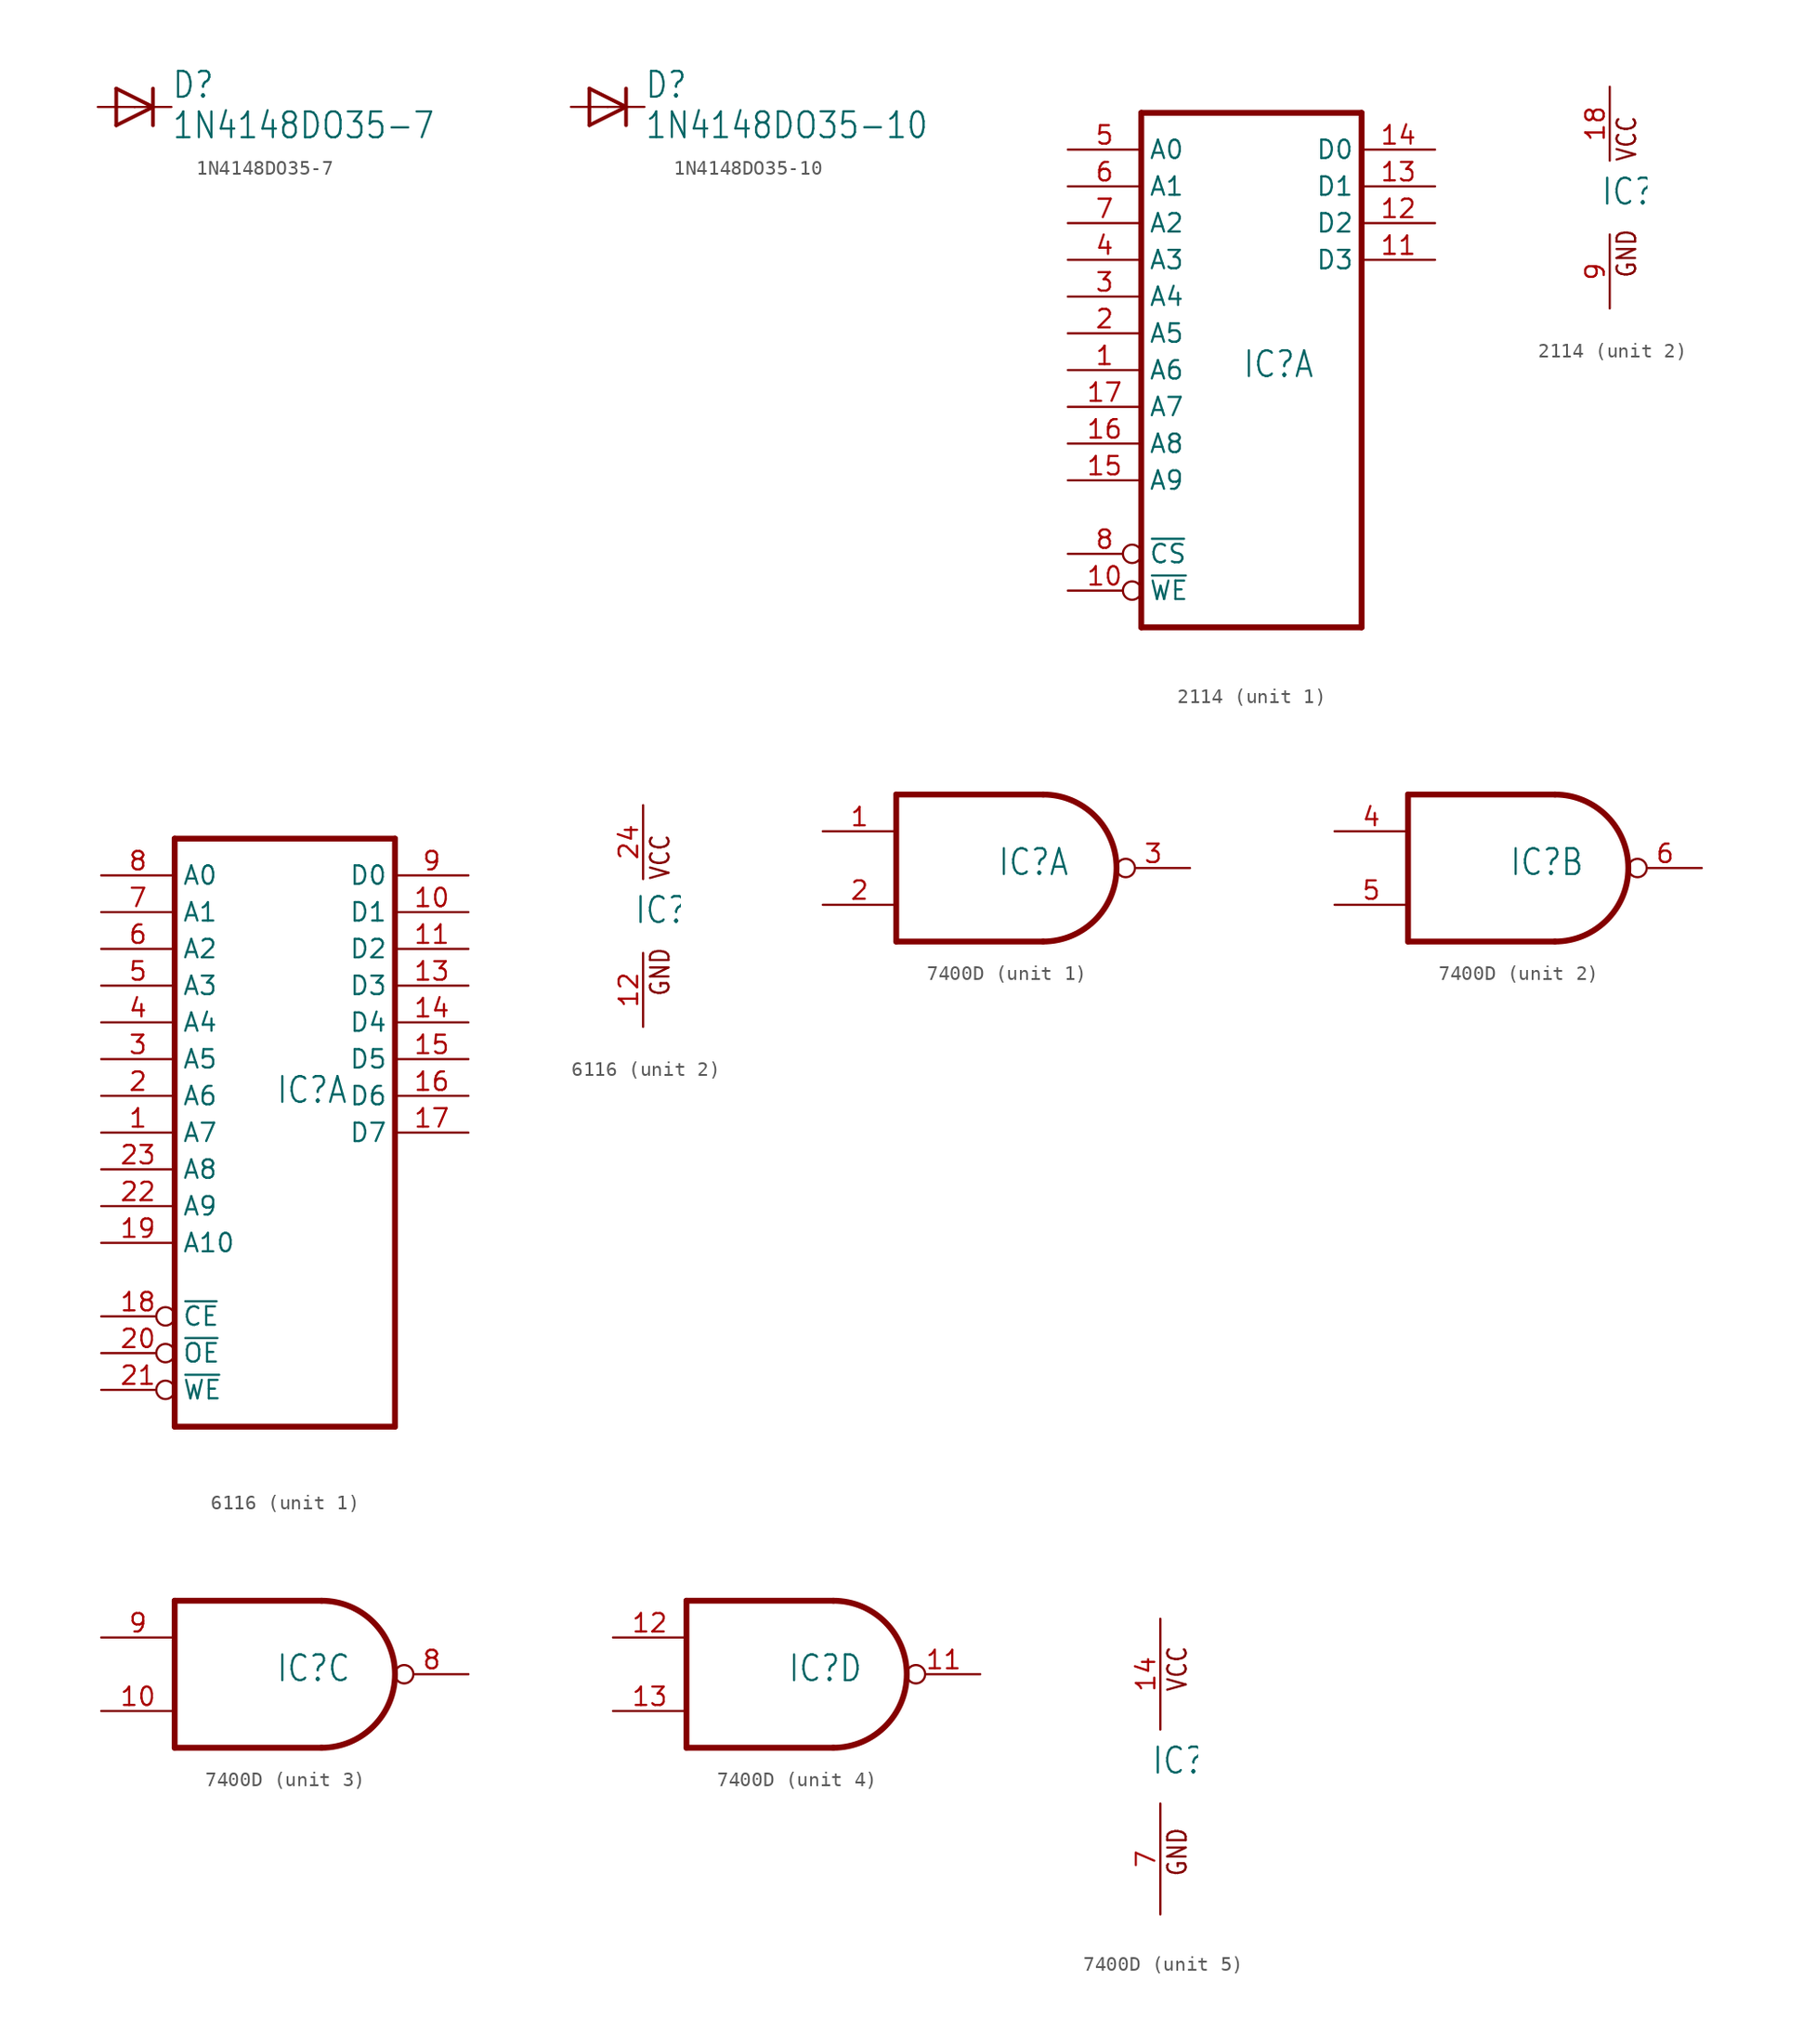
<source format=kicad_sym>
(kicad_symbol_lib
  (version 20220914)
  (generator kicad_symbol_editor)
  (symbol "1N4148DO35-7"
    (property "Reference" "D"
      (at 2.54 0.483 0)
      (effects (font (size 1.778 1.511)) (justify left bottom)))
    (property "Value" "1N4148DO35-7"
      (at 2.54 -2.311 0)
      (effects (font (size 1.778 1.511)) (justify left bottom)))
    (symbol "1N4148DO35-7_1_0"
      (polyline (pts (xy -1.27 -1.27) (xy 1.27 0)) (stroke (width 0.254) (type default)) (fill (type none)))
      (polyline (pts (xy -1.27 1.27) (xy -1.27 -1.27)) (stroke (width 0.254) (type default)) (fill (type none)))
      (polyline (pts (xy 1.27 0) (xy -1.27 1.27)) (stroke (width 0.254) (type default)) (fill (type none)))
      (polyline (pts (xy 1.27 0) (xy 1.27 -1.27)) (stroke (width 0.254) (type default)) (fill (type none)))
      (polyline (pts (xy 1.27 1.27) (xy 1.27 0)) (stroke (width 0.254) (type default)) (fill (type none)))
      (pin passive line (at -2.54 0 0) (length 2.54) (name "A" (effects (font (size 0 0)))) (number "A" (effects (font (size 0 0)))))
      (pin passive line (at 2.54 0 180) (length 2.54) (name "C" (effects (font (size 0 0)))) (number "C" (effects (font (size 0 0)))))))
  (symbol "1N4148DO35-10"
    (property "Reference" "D"
      (at 2.54 0.483 0)
      (effects (font (size 1.778 1.511)) (justify left bottom)))
    (property "Value" "1N4148DO35-10"
      (at 2.54 -2.311 0)
      (effects (font (size 1.778 1.511)) (justify left bottom)))
    (property "ki_locked" ""
      (at 0 0 0)
      (effects (font (size 1.27 1.27))))
    (symbol "1N4148DO35-10_1_0"
      (polyline (pts (xy -1.27 -1.27) (xy 1.27 0)) (stroke (width 0.254) (type default)) (fill (type none)))
      (polyline (pts (xy -1.27 1.27) (xy -1.27 -1.27)) (stroke (width 0.254) (type default)) (fill (type none)))
      (polyline (pts (xy 1.27 0) (xy -1.27 1.27)) (stroke (width 0.254) (type default)) (fill (type none)))
      (polyline (pts (xy 1.27 0) (xy 1.27 -1.27)) (stroke (width 0.254) (type default)) (fill (type none)))
      (polyline (pts (xy 1.27 1.27) (xy 1.27 0)) (stroke (width 0.254) (type default)) (fill (type none)))
      (pin passive line (at -2.54 0 0) (length 2.54) (name "A" (effects (font (size 0 0)))) (number "A" (effects (font (size 0 0)))))
      (pin passive line (at 2.54 0 180) (length 2.54) (name "C" (effects (font (size 0 0)))) (number "C" (effects (font (size 0 0)))))))
  (symbol "2114"
    (property "Reference" "IC"
      (at -0.635 -0.635 0)
      (effects (font (size 1.778 1.511)) (justify left bottom)))
    (property "ki_locked" ""
      (at 0 0 0)
      (effects (font (size 1.27 1.27))))
    (symbol "2114_1_0"
      (polyline (pts (xy -7.62 -17.78) (xy 7.62 -17.78)) (stroke (width 0.406) (type default)) (fill (type none)))
      (polyline (pts (xy -7.62 17.78) (xy -7.62 -17.78)) (stroke (width 0.406) (type default)) (fill (type none)))
      (polyline (pts (xy 7.62 -17.78) (xy 7.62 17.78)) (stroke (width 0.406) (type default)) (fill (type none)))
      (polyline (pts (xy 7.62 17.78) (xy -7.62 17.78)) (stroke (width 0.406) (type default)) (fill (type none)))
      (pin input line (at -12.7 0 0) (length 5.08) (name "A6" (effects (font (size 1.27 1.27)))) (number "1" (effects (font (size 1.27 1.27)))))
      (pin input inverted (at -12.7 -15.24 0) (length 5.08) (name "~{WE}" (effects (font (size 1.27 1.27)))) (number "10" (effects (font (size 1.27 1.27)))))
      (pin bidirectional line (at 12.7 7.62 180) (length 5.08) (name "D3" (effects (font (size 1.27 1.27)))) (number "11" (effects (font (size 1.27 1.27)))))
      (pin bidirectional line (at 12.7 10.16 180) (length 5.08) (name "D2" (effects (font (size 1.27 1.27)))) (number "12" (effects (font (size 1.27 1.27)))))
      (pin bidirectional line (at 12.7 12.7 180) (length 5.08) (name "D1" (effects (font (size 1.27 1.27)))) (number "13" (effects (font (size 1.27 1.27)))))
      (pin bidirectional line (at 12.7 15.24 180) (length 5.08) (name "D0" (effects (font (size 1.27 1.27)))) (number "14" (effects (font (size 1.27 1.27)))))
      (pin input line (at -12.7 -7.62 0) (length 5.08) (name "A9" (effects (font (size 1.27 1.27)))) (number "15" (effects (font (size 1.27 1.27)))))
      (pin input line (at -12.7 -5.08 0) (length 5.08) (name "A8" (effects (font (size 1.27 1.27)))) (number "16" (effects (font (size 1.27 1.27)))))
      (pin input line (at -12.7 -2.54 0) (length 5.08) (name "A7" (effects (font (size 1.27 1.27)))) (number "17" (effects (font (size 1.27 1.27)))))
      (pin input line (at -12.7 2.54 0) (length 5.08) (name "A5" (effects (font (size 1.27 1.27)))) (number "2" (effects (font (size 1.27 1.27)))))
      (pin input line (at -12.7 5.08 0) (length 5.08) (name "A4" (effects (font (size 1.27 1.27)))) (number "3" (effects (font (size 1.27 1.27)))))
      (pin input line (at -12.7 7.62 0) (length 5.08) (name "A3" (effects (font (size 1.27 1.27)))) (number "4" (effects (font (size 1.27 1.27)))))
      (pin input line (at -12.7 15.24 0) (length 5.08) (name "A0" (effects (font (size 1.27 1.27)))) (number "5" (effects (font (size 1.27 1.27)))))
      (pin input line (at -12.7 12.7 0) (length 5.08) (name "A1" (effects (font (size 1.27 1.27)))) (number "6" (effects (font (size 1.27 1.27)))))
      (pin input line (at -12.7 10.16 0) (length 5.08) (name "A2" (effects (font (size 1.27 1.27)))) (number "7" (effects (font (size 1.27 1.27)))))
      (pin input inverted (at -12.7 -12.7 0) (length 5.08) (name "~{CS}" (effects (font (size 1.27 1.27)))) (number "8" (effects (font (size 1.27 1.27))))))
    (symbol "2114_2_0"
      (text "GND" (at 1.905 -5.588 900) (effects (font (size 1.27 1.079)) (justify left bottom)))
      (text "VCC" (at 1.905 2.413 900) (effects (font (size 1.27 1.079)) (justify left bottom)))
      (pin power_in line (at 0 7.62 270) (length 5.08) (name "VCC" (effects (font (size 0 0)))) (number "18" (effects (font (size 1.27 1.27)))))
      (pin power_in line (at 0 -7.62 90) (length 5.08) (name "GND" (effects (font (size 0 0)))) (number "9" (effects (font (size 1.27 1.27)))))))
  (symbol "6116"
    (property "Reference" "IC"
      (at -0.635 -0.635 0)
      (effects (font (size 1.778 1.511)) (justify left bottom)))
    (property "ki_locked" ""
      (at 0 0 0)
      (effects (font (size 1.27 1.27))))
    (symbol "6116_1_0"
      (polyline (pts (xy -7.62 -22.86) (xy 7.62 -22.86)) (stroke (width 0.406) (type default)) (fill (type none)))
      (polyline (pts (xy -7.62 17.78) (xy -7.62 -22.86)) (stroke (width 0.406) (type default)) (fill (type none)))
      (polyline (pts (xy 7.62 -22.86) (xy 7.62 17.78)) (stroke (width 0.406) (type default)) (fill (type none)))
      (polyline (pts (xy 7.62 17.78) (xy -7.62 17.78)) (stroke (width 0.406) (type default)) (fill (type none)))
      (pin input line (at -12.7 -2.54 0) (length 5.08) (name "A7" (effects (font (size 1.27 1.27)))) (number "1" (effects (font (size 1.27 1.27)))))
      (pin bidirectional line (at 12.7 12.7 180) (length 5.08) (name "D1" (effects (font (size 1.27 1.27)))) (number "10" (effects (font (size 1.27 1.27)))))
      (pin bidirectional line (at 12.7 10.16 180) (length 5.08) (name "D2" (effects (font (size 1.27 1.27)))) (number "11" (effects (font (size 1.27 1.27)))))
      (pin bidirectional line (at 12.7 7.62 180) (length 5.08) (name "D3" (effects (font (size 1.27 1.27)))) (number "13" (effects (font (size 1.27 1.27)))))
      (pin bidirectional line (at 12.7 5.08 180) (length 5.08) (name "D4" (effects (font (size 1.27 1.27)))) (number "14" (effects (font (size 1.27 1.27)))))
      (pin bidirectional line (at 12.7 2.54 180) (length 5.08) (name "D5" (effects (font (size 1.27 1.27)))) (number "15" (effects (font (size 1.27 1.27)))))
      (pin bidirectional line (at 12.7 0 180) (length 5.08) (name "D6" (effects (font (size 1.27 1.27)))) (number "16" (effects (font (size 1.27 1.27)))))
      (pin bidirectional line (at 12.7 -2.54 180) (length 5.08) (name "D7" (effects (font (size 1.27 1.27)))) (number "17" (effects (font (size 1.27 1.27)))))
      (pin input inverted (at -12.7 -15.24 0) (length 5.08) (name "~{CE}" (effects (font (size 1.27 1.27)))) (number "18" (effects (font (size 1.27 1.27)))))
      (pin input line (at -12.7 -10.16 0) (length 5.08) (name "A10" (effects (font (size 1.27 1.27)))) (number "19" (effects (font (size 1.27 1.27)))))
      (pin input line (at -12.7 0 0) (length 5.08) (name "A6" (effects (font (size 1.27 1.27)))) (number "2" (effects (font (size 1.27 1.27)))))
      (pin input inverted (at -12.7 -17.78 0) (length 5.08) (name "~{OE}" (effects (font (size 1.27 1.27)))) (number "20" (effects (font (size 1.27 1.27)))))
      (pin input inverted (at -12.7 -20.32 0) (length 5.08) (name "~{WE}" (effects (font (size 1.27 1.27)))) (number "21" (effects (font (size 1.27 1.27)))))
      (pin input line (at -12.7 -7.62 0) (length 5.08) (name "A9" (effects (font (size 1.27 1.27)))) (number "22" (effects (font (size 1.27 1.27)))))
      (pin input line (at -12.7 -5.08 0) (length 5.08) (name "A8" (effects (font (size 1.27 1.27)))) (number "23" (effects (font (size 1.27 1.27)))))
      (pin input line (at -12.7 2.54 0) (length 5.08) (name "A5" (effects (font (size 1.27 1.27)))) (number "3" (effects (font (size 1.27 1.27)))))
      (pin input line (at -12.7 5.08 0) (length 5.08) (name "A4" (effects (font (size 1.27 1.27)))) (number "4" (effects (font (size 1.27 1.27)))))
      (pin input line (at -12.7 7.62 0) (length 5.08) (name "A3" (effects (font (size 1.27 1.27)))) (number "5" (effects (font (size 1.27 1.27)))))
      (pin input line (at -12.7 10.16 0) (length 5.08) (name "A2" (effects (font (size 1.27 1.27)))) (number "6" (effects (font (size 1.27 1.27)))))
      (pin input line (at -12.7 12.7 0) (length 5.08) (name "A1" (effects (font (size 1.27 1.27)))) (number "7" (effects (font (size 1.27 1.27)))))
      (pin input line (at -12.7 15.24 0) (length 5.08) (name "A0" (effects (font (size 1.27 1.27)))) (number "8" (effects (font (size 1.27 1.27)))))
      (pin bidirectional line (at 12.7 15.24 180) (length 5.08) (name "D0" (effects (font (size 1.27 1.27)))) (number "9" (effects (font (size 1.27 1.27))))))
    (symbol "6116_2_0"
      (text "GND" (at 1.905 -5.588 900) (effects (font (size 1.27 1.079)) (justify left bottom)))
      (text "VCC" (at 1.905 2.413 900) (effects (font (size 1.27 1.079)) (justify left bottom)))
      (pin power_in line (at 0 -7.62 90) (length 5.08) (name "GND" (effects (font (size 0 0)))) (number "12" (effects (font (size 1.27 1.27)))))
      (pin power_in line (at 0 7.62 270) (length 5.08) (name "VCC" (effects (font (size 0 0)))) (number "24" (effects (font (size 1.27 1.27)))))))
  (symbol "7400D"
    (property "Reference" "IC"
      (at -0.635 -0.635 0)
      (effects (font (size 1.778 1.511)) (justify left bottom)))
    (property "ki_locked" ""
      (at 0 0 0)
      (effects (font (size 1.27 1.27))))
    (symbol "7400D_1_0"
      (polyline (pts (xy -7.62 -5.08) (xy 2.54 -5.08)) (stroke (width 0.406) (type default)) (fill (type none)))
      (polyline (pts (xy -7.62 5.08) (xy -7.62 -5.08)) (stroke (width 0.406) (type default)) (fill (type none)))
      (polyline (pts (xy 2.54 5.08) (xy -7.62 5.08)) (stroke (width 0.406) (type default)) (fill (type none)))
      (arc (start 2.54 -5.08) (mid 7.6199 0) (end 2.54 5.08) (stroke (width 0.4064) (type default)) (fill (type none)))
      (pin input line (at -12.7 2.54 0) (length 5.08) (name "I0" (effects (font (size 0 0)))) (number "1" (effects (font (size 1.27 1.27)))))
      (pin input line (at -12.7 -2.54 0) (length 5.08) (name "I1" (effects (font (size 0 0)))) (number "2" (effects (font (size 1.27 1.27)))))
      (pin output inverted (at 12.7 0 180) (length 5.08) (name "O" (effects (font (size 0 0)))) (number "3" (effects (font (size 1.27 1.27))))))
    (symbol "7400D_2_0"
      (polyline (pts (xy -7.62 -5.08) (xy 2.54 -5.08)) (stroke (width 0.406) (type default)) (fill (type none)))
      (polyline (pts (xy -7.62 5.08) (xy -7.62 -5.08)) (stroke (width 0.406) (type default)) (fill (type none)))
      (polyline (pts (xy 2.54 5.08) (xy -7.62 5.08)) (stroke (width 0.406) (type default)) (fill (type none)))
      (arc (start 2.54 -5.08) (mid 7.6199 0) (end 2.54 5.08) (stroke (width 0.4064) (type default)) (fill (type none)))
      (pin input line (at -12.7 2.54 0) (length 5.08) (name "I0" (effects (font (size 0 0)))) (number "4" (effects (font (size 1.27 1.27)))))
      (pin input line (at -12.7 -2.54 0) (length 5.08) (name "I1" (effects (font (size 0 0)))) (number "5" (effects (font (size 1.27 1.27)))))
      (pin output inverted (at 12.7 0 180) (length 5.08) (name "O" (effects (font (size 0 0)))) (number "6" (effects (font (size 1.27 1.27))))))
    (symbol "7400D_3_0"
      (polyline (pts (xy -7.62 -5.08) (xy 2.54 -5.08)) (stroke (width 0.406) (type default)) (fill (type none)))
      (polyline (pts (xy -7.62 5.08) (xy -7.62 -5.08)) (stroke (width 0.406) (type default)) (fill (type none)))
      (polyline (pts (xy 2.54 5.08) (xy -7.62 5.08)) (stroke (width 0.406) (type default)) (fill (type none)))
      (arc (start 2.54 -5.08) (mid 7.6199 0) (end 2.54 5.08) (stroke (width 0.4064) (type default)) (fill (type none)))
      (pin input line (at -12.7 -2.54 0) (length 5.08) (name "I1" (effects (font (size 0 0)))) (number "10" (effects (font (size 1.27 1.27)))))
      (pin output inverted (at 12.7 0 180) (length 5.08) (name "O" (effects (font (size 0 0)))) (number "8" (effects (font (size 1.27 1.27)))))
      (pin input line (at -12.7 2.54 0) (length 5.08) (name "I0" (effects (font (size 0 0)))) (number "9" (effects (font (size 1.27 1.27))))))
    (symbol "7400D_4_0"
      (polyline (pts (xy -7.62 -5.08) (xy 2.54 -5.08)) (stroke (width 0.406) (type default)) (fill (type none)))
      (polyline (pts (xy -7.62 5.08) (xy -7.62 -5.08)) (stroke (width 0.406) (type default)) (fill (type none)))
      (polyline (pts (xy 2.54 5.08) (xy -7.62 5.08)) (stroke (width 0.406) (type default)) (fill (type none)))
      (arc (start 2.54 -5.08) (mid 7.6199 0) (end 2.54 5.08) (stroke (width 0.4064) (type default)) (fill (type none)))
      (pin output inverted (at 12.7 0 180) (length 5.08) (name "O" (effects (font (size 0 0)))) (number "11" (effects (font (size 1.27 1.27)))))
      (pin input line (at -12.7 2.54 0) (length 5.08) (name "I0" (effects (font (size 0 0)))) (number "12" (effects (font (size 1.27 1.27)))))
      (pin input line (at -12.7 -2.54 0) (length 5.08) (name "I1" (effects (font (size 0 0)))) (number "13" (effects (font (size 1.27 1.27))))))
    (symbol "7400D_5_0"
      (text "GND" (at 1.905 -7.62 900) (effects (font (size 1.27 1.079)) (justify left bottom)))
      (text "VCC" (at 1.905 5.08 900) (effects (font (size 1.27 1.079)) (justify left bottom)))
      (pin power_in line (at 0 10.16 270) (length 7.62) (name "VCC" (effects (font (size 0 0)))) (number "14" (effects (font (size 1.27 1.27)))))
      (pin power_in line (at 0 -10.16 90) (length 7.62) (name "GND" (effects (font (size 0 0)))) (number "7" (effects (font (size 1.27 1.27))))))))
</source>
